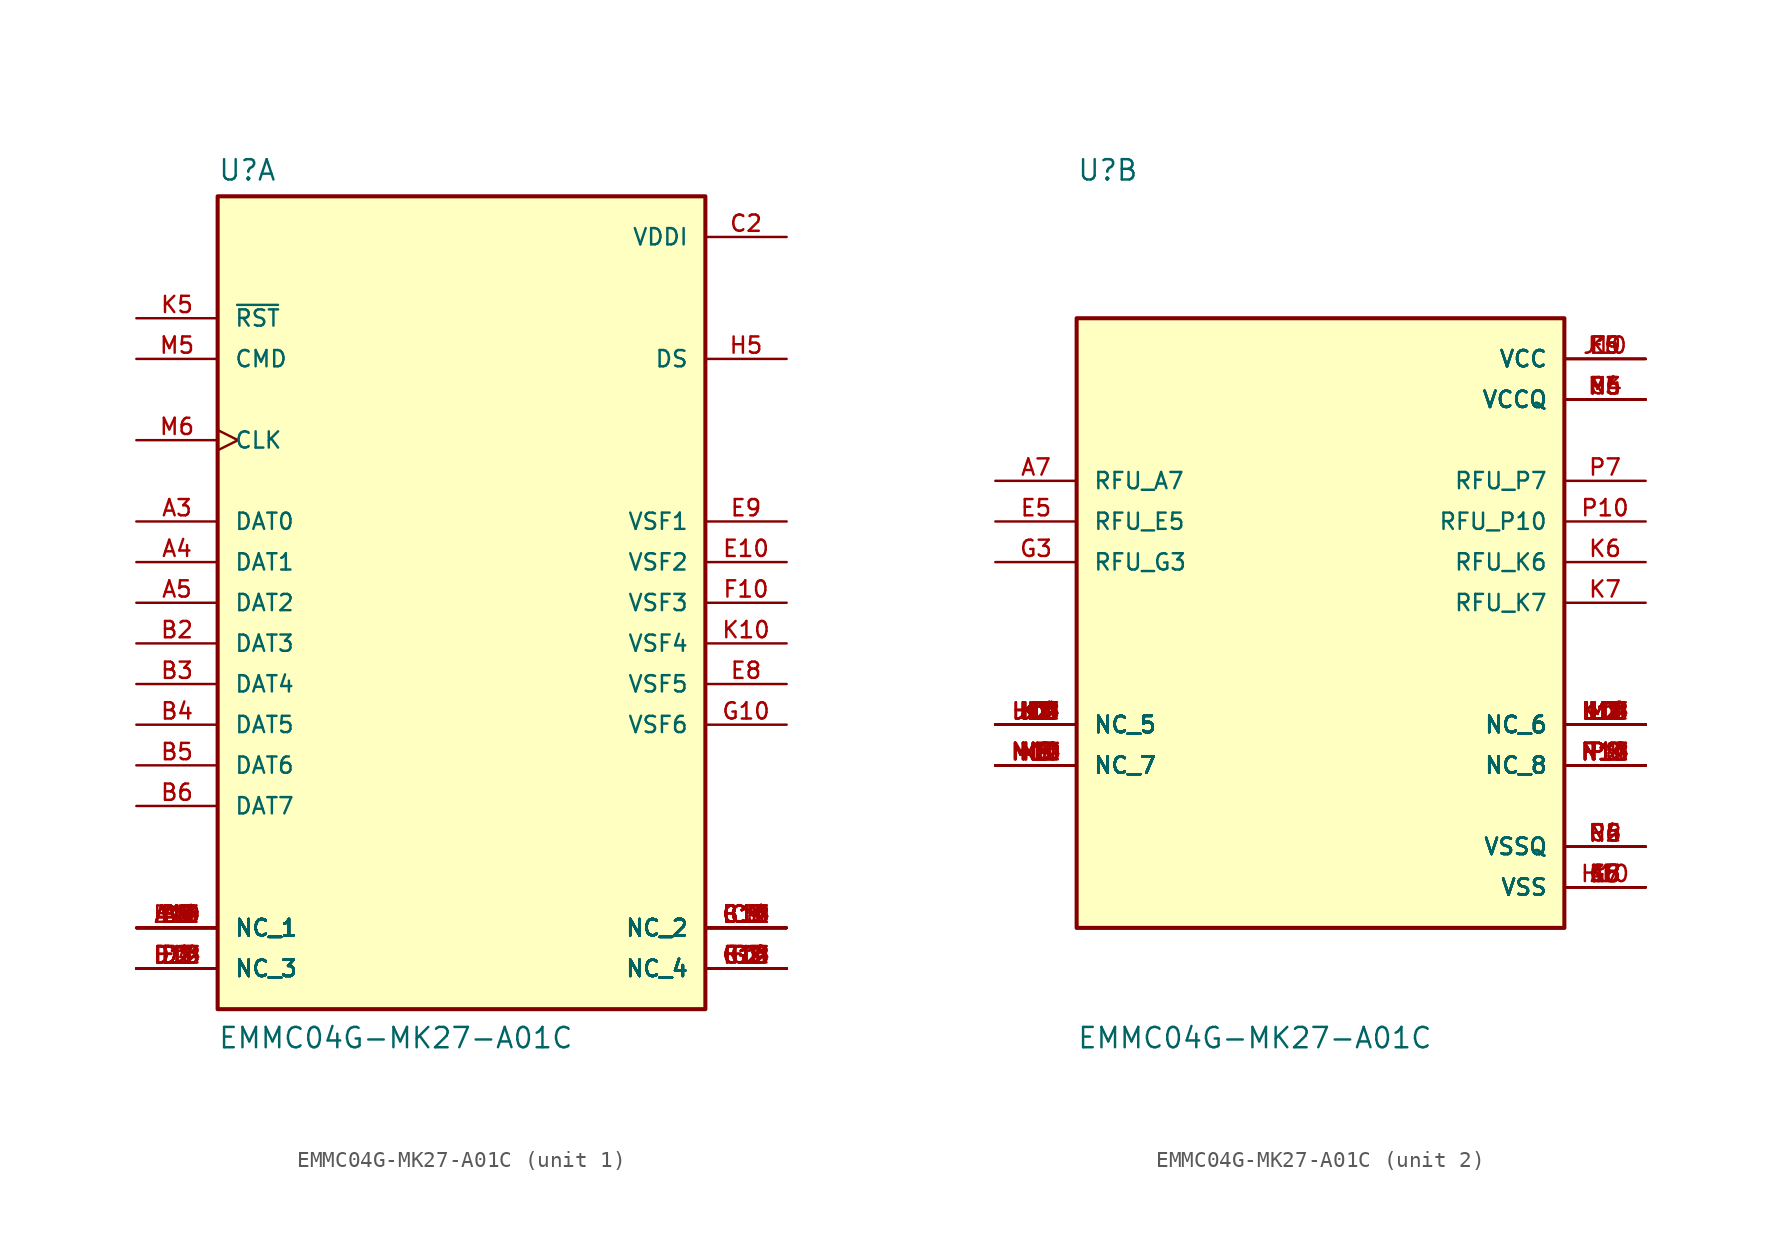
<source format=kicad_sym>
(kicad_symbol_lib
  (version 20211014)
  (generator kicad_symbol_editor)
  (symbol "EMMC04G-MK27-A01C"
    (pin_names
      (offset 1.016))
    (property "Reference" "U"
      (at -15.24 26.289 0)
      (effects (font (size 1.27 1.27)) (justify bottom left)))
    (property "Value" "EMMC04G-MK27-A01C"
      (at -15.24 -27.94 0)
      (effects (font (size 1.27 1.27)) (justify bottom left)))
    (symbol "EMMC04G-MK27-A01C_1_0"
      (rectangle (start -15.24 -25.4) (end 15.24 25.4) (stroke (width 0.254)) (fill (type background)))
      (pin bidirectional line (at -20.32 5.08 0) (length 5.08) (name "DAT0" (effects (font (size 1.016 1.016)))) (number "A3" (effects (font (size 1.016 1.016)))))
      (pin bidirectional line (at -20.32 2.54 0) (length 5.08) (name "DAT1" (effects (font (size 1.016 1.016)))) (number "A4" (effects (font (size 1.016 1.016)))))
      (pin bidirectional line (at -20.32 0.0 0) (length 5.08) (name "DAT2" (effects (font (size 1.016 1.016)))) (number "A5" (effects (font (size 1.016 1.016)))))
      (pin bidirectional line (at -20.32 -2.54 0) (length 5.08) (name "DAT3" (effects (font (size 1.016 1.016)))) (number "B2" (effects (font (size 1.016 1.016)))))
      (pin bidirectional line (at -20.32 -5.08 0) (length 5.08) (name "DAT4" (effects (font (size 1.016 1.016)))) (number "B3" (effects (font (size 1.016 1.016)))))
      (pin bidirectional line (at -20.32 -7.62 0) (length 5.08) (name "DAT5" (effects (font (size 1.016 1.016)))) (number "B4" (effects (font (size 1.016 1.016)))))
      (pin bidirectional line (at -20.32 -10.16 0) (length 5.08) (name "DAT6" (effects (font (size 1.016 1.016)))) (number "B5" (effects (font (size 1.016 1.016)))))
      (pin bidirectional line (at -20.32 -12.7 0) (length 5.08) (name "DAT7" (effects (font (size 1.016 1.016)))) (number "B6" (effects (font (size 1.016 1.016)))))
      (pin bidirectional line (at -20.32 15.24 0) (length 5.08) (name "CMD" (effects (font (size 1.016 1.016)))) (number "M5" (effects (font (size 1.016 1.016)))))
      (pin input clock (at -20.32 10.16 0) (length 5.08) (name "CLK" (effects (font (size 1.016 1.016)))) (number "M6" (effects (font (size 1.016 1.016)))))
      (pin input line (at -20.32 17.78 0) (length 5.08) (name "~{RST}" (effects (font (size 1.016 1.016)))) (number "K5" (effects (font (size 1.016 1.016)))))
      (pin bidirectional line (at 20.32 15.24 180.0) (length 5.08) (name "DS" (effects (font (size 1.016 1.016)))) (number "H5" (effects (font (size 1.016 1.016)))))
      (pin bidirectional line (at 20.32 5.08 180.0) (length 5.08) (name "VSF1" (effects (font (size 1.016 1.016)))) (number "E9" (effects (font (size 1.016 1.016)))))
      (pin bidirectional line (at 20.32 2.54 180.0) (length 5.08) (name "VSF2" (effects (font (size 1.016 1.016)))) (number "E10" (effects (font (size 1.016 1.016)))))
      (pin bidirectional line (at 20.32 0.0 180.0) (length 5.08) (name "VSF3" (effects (font (size 1.016 1.016)))) (number "F10" (effects (font (size 1.016 1.016)))))
      (pin bidirectional line (at 20.32 -2.54 180.0) (length 5.08) (name "VSF4" (effects (font (size 1.016 1.016)))) (number "K10" (effects (font (size 1.016 1.016)))))
      (pin passive line (at 20.32 22.86 180.0) (length 5.08) (name "VDDI" (effects (font (size 1.016 1.016)))) (number "C2" (effects (font (size 1.016 1.016)))))
      (pin passive line (at -20.32 -20.32 0) (length 5.08) (name "NC_1" (effects (font (size 1.016 1.016)))) (number "A1" (effects (font (size 1.016 1.016)))))
      (pin passive line (at -20.32 -20.32 0) (length 5.08) (name "NC_1" (effects (font (size 1.016 1.016)))) (number "A2" (effects (font (size 1.016 1.016)))))
      (pin passive line (at -20.32 -20.32 0) (length 5.08) (name "NC_1" (effects (font (size 1.016 1.016)))) (number "A8" (effects (font (size 1.016 1.016)))))
      (pin passive line (at -20.32 -20.32 0) (length 5.08) (name "NC_1" (effects (font (size 1.016 1.016)))) (number "A9" (effects (font (size 1.016 1.016)))))
      (pin passive line (at -20.32 -20.32 0) (length 5.08) (name "NC_1" (effects (font (size 1.016 1.016)))) (number "A10" (effects (font (size 1.016 1.016)))))
      (pin passive line (at -20.32 -20.32 0) (length 5.08) (name "NC_1" (effects (font (size 1.016 1.016)))) (number "A11" (effects (font (size 1.016 1.016)))))
      (pin passive line (at -20.32 -20.32 0) (length 5.08) (name "NC_1" (effects (font (size 1.016 1.016)))) (number "A12" (effects (font (size 1.016 1.016)))))
      (pin passive line (at -20.32 -20.32 0) (length 5.08) (name "NC_1" (effects (font (size 1.016 1.016)))) (number "A13" (effects (font (size 1.016 1.016)))))
      (pin passive line (at -20.32 -20.32 0) (length 5.08) (name "NC_1" (effects (font (size 1.016 1.016)))) (number "A14" (effects (font (size 1.016 1.016)))))
      (pin passive line (at -20.32 -20.32 0) (length 5.08) (name "NC_1" (effects (font (size 1.016 1.016)))) (number "B1" (effects (font (size 1.016 1.016)))))
      (pin passive line (at -20.32 -20.32 0) (length 5.08) (name "NC_1" (effects (font (size 1.016 1.016)))) (number "B7" (effects (font (size 1.016 1.016)))))
      (pin passive line (at -20.32 -20.32 0) (length 5.08) (name "NC_1" (effects (font (size 1.016 1.016)))) (number "B8" (effects (font (size 1.016 1.016)))))
      (pin passive line (at -20.32 -20.32 0) (length 5.08) (name "NC_1" (effects (font (size 1.016 1.016)))) (number "B9" (effects (font (size 1.016 1.016)))))
      (pin passive line (at -20.32 -20.32 0) (length 5.08) (name "NC_1" (effects (font (size 1.016 1.016)))) (number "B10" (effects (font (size 1.016 1.016)))))
      (pin passive line (at 20.32 -20.32 180.0) (length 5.08) (name "NC_2" (effects (font (size 1.016 1.016)))) (number "B11" (effects (font (size 1.016 1.016)))))
      (pin passive line (at 20.32 -20.32 180.0) (length 5.08) (name "NC_2" (effects (font (size 1.016 1.016)))) (number "B12" (effects (font (size 1.016 1.016)))))
      (pin passive line (at 20.32 -20.32 180.0) (length 5.08) (name "NC_2" (effects (font (size 1.016 1.016)))) (number "B13" (effects (font (size 1.016 1.016)))))
      (pin passive line (at 20.32 -20.32 180.0) (length 5.08) (name "NC_2" (effects (font (size 1.016 1.016)))) (number "B14" (effects (font (size 1.016 1.016)))))
      (pin passive line (at 20.32 -20.32 180.0) (length 5.08) (name "NC_2" (effects (font (size 1.016 1.016)))) (number "C1" (effects (font (size 1.016 1.016)))))
      (pin passive line (at 20.32 -20.32 180.0) (length 5.08) (name "NC_2" (effects (font (size 1.016 1.016)))) (number "C3" (effects (font (size 1.016 1.016)))))
      (pin passive line (at 20.32 -20.32 180.0) (length 5.08) (name "NC_2" (effects (font (size 1.016 1.016)))) (number "C5" (effects (font (size 1.016 1.016)))))
      (pin passive line (at 20.32 -20.32 180.0) (length 5.08) (name "NC_2" (effects (font (size 1.016 1.016)))) (number "C7" (effects (font (size 1.016 1.016)))))
      (pin passive line (at 20.32 -20.32 180.0) (length 5.08) (name "NC_2" (effects (font (size 1.016 1.016)))) (number "C8" (effects (font (size 1.016 1.016)))))
      (pin passive line (at 20.32 -20.32 180.0) (length 5.08) (name "NC_2" (effects (font (size 1.016 1.016)))) (number "C9" (effects (font (size 1.016 1.016)))))
      (pin passive line (at 20.32 -20.32 180.0) (length 5.08) (name "NC_2" (effects (font (size 1.016 1.016)))) (number "C10" (effects (font (size 1.016 1.016)))))
      (pin passive line (at 20.32 -20.32 180.0) (length 5.08) (name "NC_2" (effects (font (size 1.016 1.016)))) (number "C11" (effects (font (size 1.016 1.016)))))
      (pin passive line (at 20.32 -20.32 180.0) (length 5.08) (name "NC_2" (effects (font (size 1.016 1.016)))) (number "C12" (effects (font (size 1.016 1.016)))))
      (pin passive line (at 20.32 -20.32 180.0) (length 5.08) (name "NC_2" (effects (font (size 1.016 1.016)))) (number "C13" (effects (font (size 1.016 1.016)))))
      (pin passive line (at 20.32 -20.32 180.0) (length 5.08) (name "NC_2" (effects (font (size 1.016 1.016)))) (number "C14" (effects (font (size 1.016 1.016)))))
      (pin passive line (at -20.32 -22.86 0) (length 5.08) (name "NC_3" (effects (font (size 1.016 1.016)))) (number "D1" (effects (font (size 1.016 1.016)))))
      (pin passive line (at -20.32 -22.86 0) (length 5.08) (name "NC_3" (effects (font (size 1.016 1.016)))) (number "D2" (effects (font (size 1.016 1.016)))))
      (pin passive line (at -20.32 -22.86 0) (length 5.08) (name "NC_3" (effects (font (size 1.016 1.016)))) (number "D3" (effects (font (size 1.016 1.016)))))
      (pin passive line (at -20.32 -22.86 0) (length 5.08) (name "NC_3" (effects (font (size 1.016 1.016)))) (number "D4" (effects (font (size 1.016 1.016)))))
      (pin passive line (at -20.32 -22.86 0) (length 5.08) (name "NC_3" (effects (font (size 1.016 1.016)))) (number "D12" (effects (font (size 1.016 1.016)))))
      (pin passive line (at -20.32 -22.86 0) (length 5.08) (name "NC_3" (effects (font (size 1.016 1.016)))) (number "D13" (effects (font (size 1.016 1.016)))))
      (pin passive line (at -20.32 -22.86 0) (length 5.08) (name "NC_3" (effects (font (size 1.016 1.016)))) (number "D14" (effects (font (size 1.016 1.016)))))
      (pin passive line (at -20.32 -22.86 0) (length 5.08) (name "NC_3" (effects (font (size 1.016 1.016)))) (number "E1" (effects (font (size 1.016 1.016)))))
      (pin passive line (at -20.32 -22.86 0) (length 5.08) (name "NC_3" (effects (font (size 1.016 1.016)))) (number "E2" (effects (font (size 1.016 1.016)))))
      (pin passive line (at -20.32 -22.86 0) (length 5.08) (name "NC_3" (effects (font (size 1.016 1.016)))) (number "E3" (effects (font (size 1.016 1.016)))))
      (pin passive line (at -20.32 -22.86 0) (length 5.08) (name "NC_3" (effects (font (size 1.016 1.016)))) (number "E12" (effects (font (size 1.016 1.016)))))
      (pin passive line (at -20.32 -22.86 0) (length 5.08) (name "NC_3" (effects (font (size 1.016 1.016)))) (number "E13" (effects (font (size 1.016 1.016)))))
      (pin passive line (at 20.32 -22.86 180.0) (length 5.08) (name "NC_4" (effects (font (size 1.016 1.016)))) (number "E14" (effects (font (size 1.016 1.016)))))
      (pin passive line (at 20.32 -22.86 180.0) (length 5.08) (name "NC_4" (effects (font (size 1.016 1.016)))) (number "F1" (effects (font (size 1.016 1.016)))))
      (pin passive line (at 20.32 -22.86 180.0) (length 5.08) (name "NC_4" (effects (font (size 1.016 1.016)))) (number "F2" (effects (font (size 1.016 1.016)))))
      (pin passive line (at 20.32 -22.86 180.0) (length 5.08) (name "NC_4" (effects (font (size 1.016 1.016)))) (number "F3" (effects (font (size 1.016 1.016)))))
      (pin passive line (at 20.32 -22.86 180.0) (length 5.08) (name "NC_4" (effects (font (size 1.016 1.016)))) (number "F12" (effects (font (size 1.016 1.016)))))
      (pin passive line (at 20.32 -22.86 180.0) (length 5.08) (name "NC_4" (effects (font (size 1.016 1.016)))) (number "F13" (effects (font (size 1.016 1.016)))))
      (pin passive line (at 20.32 -22.86 180.0) (length 5.08) (name "NC_4" (effects (font (size 1.016 1.016)))) (number "F14" (effects (font (size 1.016 1.016)))))
      (pin passive line (at 20.32 -22.86 180.0) (length 5.08) (name "NC_4" (effects (font (size 1.016 1.016)))) (number "G1" (effects (font (size 1.016 1.016)))))
      (pin passive line (at 20.32 -22.86 180.0) (length 5.08) (name "NC_4" (effects (font (size 1.016 1.016)))) (number "G2" (effects (font (size 1.016 1.016)))))
      (pin passive line (at 20.32 -22.86 180.0) (length 5.08) (name "NC_4" (effects (font (size 1.016 1.016)))) (number "G12" (effects (font (size 1.016 1.016)))))
      (pin passive line (at 20.32 -22.86 180.0) (length 5.08) (name "NC_4" (effects (font (size 1.016 1.016)))) (number "G13" (effects (font (size 1.016 1.016)))))
      (pin passive line (at 20.32 -22.86 180.0) (length 5.08) (name "NC_4" (effects (font (size 1.016 1.016)))) (number "G14" (effects (font (size 1.016 1.016)))))
      (pin bidirectional line (at 20.32 -5.08 180.0) (length 5.08) (name "VSF5" (effects (font (size 1.016 1.016)))) (number "E8" (effects (font (size 1.016 1.016)))))
      (pin bidirectional line (at 20.32 -7.62 180.0) (length 5.08) (name "VSF6" (effects (font (size 1.016 1.016)))) (number "G10" (effects (font (size 1.016 1.016))))))
    (symbol "EMMC04G-MK27-A01C_2_0"
      (rectangle (start -15.24 -20.32) (end 15.24 17.78) (stroke (width 0.254)) (fill (type background)))
      (pin power_in line (at 20.32 15.24 180.0) (length 5.08) (name "VCC" (effects (font (size 1.016 1.016)))) (number "E6" (effects (font (size 1.016 1.016)))))
      (pin power_in line (at 20.32 15.24 180.0) (length 5.08) (name "VCC" (effects (font (size 1.016 1.016)))) (number "F5" (effects (font (size 1.016 1.016)))))
      (pin power_in line (at 20.32 15.24 180.0) (length 5.08) (name "VCC" (effects (font (size 1.016 1.016)))) (number "J10" (effects (font (size 1.016 1.016)))))
      (pin power_in line (at 20.32 15.24 180.0) (length 5.08) (name "VCC" (effects (font (size 1.016 1.016)))) (number "K9" (effects (font (size 1.016 1.016)))))
      (pin power_in line (at 20.32 12.7 180.0) (length 5.08) (name "VCCQ" (effects (font (size 1.016 1.016)))) (number "C6" (effects (font (size 1.016 1.016)))))
      (pin power_in line (at 20.32 12.7 180.0) (length 5.08) (name "VCCQ" (effects (font (size 1.016 1.016)))) (number "M4" (effects (font (size 1.016 1.016)))))
      (pin power_in line (at 20.32 12.7 180.0) (length 5.08) (name "VCCQ" (effects (font (size 1.016 1.016)))) (number "N4" (effects (font (size 1.016 1.016)))))
      (pin power_in line (at 20.32 12.7 180.0) (length 5.08) (name "VCCQ" (effects (font (size 1.016 1.016)))) (number "P3" (effects (font (size 1.016 1.016)))))
      (pin power_in line (at 20.32 12.7 180.0) (length 5.08) (name "VCCQ" (effects (font (size 1.016 1.016)))) (number "P5" (effects (font (size 1.016 1.016)))))
      (pin power_in line (at 20.32 -17.78 180.0) (length 5.08) (name "VSS" (effects (font (size 1.016 1.016)))) (number "A6" (effects (font (size 1.016 1.016)))))
      (pin power_in line (at 20.32 -17.78 180.0) (length 5.08) (name "VSS" (effects (font (size 1.016 1.016)))) (number "E7" (effects (font (size 1.016 1.016)))))
      (pin power_in line (at 20.32 -17.78 180.0) (length 5.08) (name "VSS" (effects (font (size 1.016 1.016)))) (number "G5" (effects (font (size 1.016 1.016)))))
      (pin power_in line (at 20.32 -17.78 180.0) (length 5.08) (name "VSS" (effects (font (size 1.016 1.016)))) (number "H10" (effects (font (size 1.016 1.016)))))
      (pin power_in line (at 20.32 -17.78 180.0) (length 5.08) (name "VSS" (effects (font (size 1.016 1.016)))) (number "J5" (effects (font (size 1.016 1.016)))))
      (pin power_in line (at 20.32 -17.78 180.0) (length 5.08) (name "VSS" (effects (font (size 1.016 1.016)))) (number "K8" (effects (font (size 1.016 1.016)))))
      (pin power_in line (at 20.32 -15.24 180.0) (length 5.08) (name "VSSQ" (effects (font (size 1.016 1.016)))) (number "C4" (effects (font (size 1.016 1.016)))))
      (pin power_in line (at 20.32 -15.24 180.0) (length 5.08) (name "VSSQ" (effects (font (size 1.016 1.016)))) (number "N2" (effects (font (size 1.016 1.016)))))
      (pin power_in line (at 20.32 -15.24 180.0) (length 5.08) (name "VSSQ" (effects (font (size 1.016 1.016)))) (number "N5" (effects (font (size 1.016 1.016)))))
      (pin power_in line (at 20.32 -15.24 180.0) (length 5.08) (name "VSSQ" (effects (font (size 1.016 1.016)))) (number "P4" (effects (font (size 1.016 1.016)))))
      (pin power_in line (at 20.32 -15.24 180.0) (length 5.08) (name "VSSQ" (effects (font (size 1.016 1.016)))) (number "P6" (effects (font (size 1.016 1.016)))))
      (pin passive line (at -20.32 -7.62 0) (length 5.08) (name "NC_5" (effects (font (size 1.016 1.016)))) (number "H1" (effects (font (size 1.016 1.016)))))
      (pin passive line (at -20.32 -7.62 0) (length 5.08) (name "NC_5" (effects (font (size 1.016 1.016)))) (number "H2" (effects (font (size 1.016 1.016)))))
      (pin passive line (at -20.32 -7.62 0) (length 5.08) (name "NC_5" (effects (font (size 1.016 1.016)))) (number "H3" (effects (font (size 1.016 1.016)))))
      (pin passive line (at -20.32 -7.62 0) (length 5.08) (name "NC_5" (effects (font (size 1.016 1.016)))) (number "H12" (effects (font (size 1.016 1.016)))))
      (pin passive line (at -20.32 -7.62 0) (length 5.08) (name "NC_5" (effects (font (size 1.016 1.016)))) (number "H13" (effects (font (size 1.016 1.016)))))
      (pin passive line (at -20.32 -7.62 0) (length 5.08) (name "NC_5" (effects (font (size 1.016 1.016)))) (number "H14" (effects (font (size 1.016 1.016)))))
      (pin passive line (at -20.32 -7.62 0) (length 5.08) (name "NC_5" (effects (font (size 1.016 1.016)))) (number "J1" (effects (font (size 1.016 1.016)))))
      (pin passive line (at -20.32 -7.62 0) (length 5.08) (name "NC_5" (effects (font (size 1.016 1.016)))) (number "J2" (effects (font (size 1.016 1.016)))))
      (pin passive line (at -20.32 -7.62 0) (length 5.08) (name "NC_5" (effects (font (size 1.016 1.016)))) (number "J3" (effects (font (size 1.016 1.016)))))
      (pin passive line (at -20.32 -7.62 0) (length 5.08) (name "NC_5" (effects (font (size 1.016 1.016)))) (number "J12" (effects (font (size 1.016 1.016)))))
      (pin passive line (at -20.32 -7.62 0) (length 5.08) (name "NC_5" (effects (font (size 1.016 1.016)))) (number "J13" (effects (font (size 1.016 1.016)))))
      (pin passive line (at -20.32 -7.62 0) (length 5.08) (name "NC_5" (effects (font (size 1.016 1.016)))) (number "J14" (effects (font (size 1.016 1.016)))))
      (pin passive line (at -20.32 -7.62 0) (length 5.08) (name "NC_5" (effects (font (size 1.016 1.016)))) (number "K1" (effects (font (size 1.016 1.016)))))
      (pin passive line (at -20.32 -7.62 0) (length 5.08) (name "NC_5" (effects (font (size 1.016 1.016)))) (number "K2" (effects (font (size 1.016 1.016)))))
      (pin passive line (at -20.32 -7.62 0) (length 5.08) (name "NC_5" (effects (font (size 1.016 1.016)))) (number "K3" (effects (font (size 1.016 1.016)))))
      (pin passive line (at 20.32 -7.62 180.0) (length 5.08) (name "NC_6" (effects (font (size 1.016 1.016)))) (number "K12" (effects (font (size 1.016 1.016)))))
      (pin passive line (at 20.32 -7.62 180.0) (length 5.08) (name "NC_6" (effects (font (size 1.016 1.016)))) (number "K13" (effects (font (size 1.016 1.016)))))
      (pin passive line (at 20.32 -7.62 180.0) (length 5.08) (name "NC_6" (effects (font (size 1.016 1.016)))) (number "K14" (effects (font (size 1.016 1.016)))))
      (pin passive line (at 20.32 -7.62 180.0) (length 5.08) (name "NC_6" (effects (font (size 1.016 1.016)))) (number "L1" (effects (font (size 1.016 1.016)))))
      (pin passive line (at 20.32 -7.62 180.0) (length 5.08) (name "NC_6" (effects (font (size 1.016 1.016)))) (number "L2" (effects (font (size 1.016 1.016)))))
      (pin passive line (at 20.32 -7.62 180.0) (length 5.08) (name "NC_6" (effects (font (size 1.016 1.016)))) (number "L3" (effects (font (size 1.016 1.016)))))
      (pin passive line (at 20.32 -7.62 180.0) (length 5.08) (name "NC_6" (effects (font (size 1.016 1.016)))) (number "L12" (effects (font (size 1.016 1.016)))))
      (pin passive line (at 20.32 -7.62 180.0) (length 5.08) (name "NC_6" (effects (font (size 1.016 1.016)))) (number "L13" (effects (font (size 1.016 1.016)))))
      (pin passive line (at 20.32 -7.62 180.0) (length 5.08) (name "NC_6" (effects (font (size 1.016 1.016)))) (number "L14" (effects (font (size 1.016 1.016)))))
      (pin passive line (at 20.32 -7.62 180.0) (length 5.08) (name "NC_6" (effects (font (size 1.016 1.016)))) (number "M1" (effects (font (size 1.016 1.016)))))
      (pin passive line (at 20.32 -7.62 180.0) (length 5.08) (name "NC_6" (effects (font (size 1.016 1.016)))) (number "M2" (effects (font (size 1.016 1.016)))))
      (pin passive line (at 20.32 -7.62 180.0) (length 5.08) (name "NC_6" (effects (font (size 1.016 1.016)))) (number "M3" (effects (font (size 1.016 1.016)))))
      (pin passive line (at 20.32 -7.62 180.0) (length 5.08) (name "NC_6" (effects (font (size 1.016 1.016)))) (number "M7" (effects (font (size 1.016 1.016)))))
      (pin passive line (at -20.32 -10.16 0) (length 5.08) (name "NC_7" (effects (font (size 1.016 1.016)))) (number "M8" (effects (font (size 1.016 1.016)))))
      (pin passive line (at -20.32 -10.16 0) (length 5.08) (name "NC_7" (effects (font (size 1.016 1.016)))) (number "M9" (effects (font (size 1.016 1.016)))))
      (pin passive line (at -20.32 -10.16 0) (length 5.08) (name "NC_7" (effects (font (size 1.016 1.016)))) (number "M10" (effects (font (size 1.016 1.016)))))
      (pin passive line (at -20.32 -10.16 0) (length 5.08) (name "NC_7" (effects (font (size 1.016 1.016)))) (number "M11" (effects (font (size 1.016 1.016)))))
      (pin passive line (at -20.32 -10.16 0) (length 5.08) (name "NC_7" (effects (font (size 1.016 1.016)))) (number "M12" (effects (font (size 1.016 1.016)))))
      (pin passive line (at -20.32 -10.16 0) (length 5.08) (name "NC_7" (effects (font (size 1.016 1.016)))) (number "M13" (effects (font (size 1.016 1.016)))))
      (pin passive line (at -20.32 -10.16 0) (length 5.08) (name "NC_7" (effects (font (size 1.016 1.016)))) (number "M14" (effects (font (size 1.016 1.016)))))
      (pin passive line (at -20.32 -10.16 0) (length 5.08) (name "NC_7" (effects (font (size 1.016 1.016)))) (number "N1" (effects (font (size 1.016 1.016)))))
      (pin passive line (at -20.32 -10.16 0) (length 5.08) (name "NC_7" (effects (font (size 1.016 1.016)))) (number "N3" (effects (font (size 1.016 1.016)))))
      (pin passive line (at -20.32 -10.16 0) (length 5.08) (name "NC_7" (effects (font (size 1.016 1.016)))) (number "N6" (effects (font (size 1.016 1.016)))))
      (pin passive line (at -20.32 -10.16 0) (length 5.08) (name "NC_7" (effects (font (size 1.016 1.016)))) (number "N7" (effects (font (size 1.016 1.016)))))
      (pin passive line (at -20.32 -10.16 0) (length 5.08) (name "NC_7" (effects (font (size 1.016 1.016)))) (number "N8" (effects (font (size 1.016 1.016)))))
      (pin passive line (at -20.32 -10.16 0) (length 5.08) (name "NC_7" (effects (font (size 1.016 1.016)))) (number "N9" (effects (font (size 1.016 1.016)))))
      (pin passive line (at -20.32 -10.16 0) (length 5.08) (name "NC_7" (effects (font (size 1.016 1.016)))) (number "N10" (effects (font (size 1.016 1.016)))))
      (pin passive line (at 20.32 -10.16 180.0) (length 5.08) (name "NC_8" (effects (font (size 1.016 1.016)))) (number "N11" (effects (font (size 1.016 1.016)))))
      (pin passive line (at 20.32 -10.16 180.0) (length 5.08) (name "NC_8" (effects (font (size 1.016 1.016)))) (number "N12" (effects (font (size 1.016 1.016)))))
      (pin passive line (at 20.32 -10.16 180.0) (length 5.08) (name "NC_8" (effects (font (size 1.016 1.016)))) (number "N13" (effects (font (size 1.016 1.016)))))
      (pin passive line (at 20.32 -10.16 180.0) (length 5.08) (name "NC_8" (effects (font (size 1.016 1.016)))) (number "N14" (effects (font (size 1.016 1.016)))))
      (pin passive line (at 20.32 -10.16 180.0) (length 5.08) (name "NC_8" (effects (font (size 1.016 1.016)))) (number "P1" (effects (font (size 1.016 1.016)))))
      (pin passive line (at 20.32 -10.16 180.0) (length 5.08) (name "NC_8" (effects (font (size 1.016 1.016)))) (number "P2" (effects (font (size 1.016 1.016)))))
      (pin passive line (at 20.32 -10.16 180.0) (length 5.08) (name "NC_8" (effects (font (size 1.016 1.016)))) (number "P8" (effects (font (size 1.016 1.016)))))
      (pin passive line (at 20.32 -10.16 180.0) (length 5.08) (name "NC_8" (effects (font (size 1.016 1.016)))) (number "P9" (effects (font (size 1.016 1.016)))))
      (pin passive line (at 20.32 -10.16 180.0) (length 5.08) (name "NC_8" (effects (font (size 1.016 1.016)))) (number "P11" (effects (font (size 1.016 1.016)))))
      (pin passive line (at 20.32 -10.16 180.0) (length 5.08) (name "NC_8" (effects (font (size 1.016 1.016)))) (number "P12" (effects (font (size 1.016 1.016)))))
      (pin passive line (at 20.32 -10.16 180.0) (length 5.08) (name "NC_8" (effects (font (size 1.016 1.016)))) (number "P13" (effects (font (size 1.016 1.016)))))
      (pin passive line (at 20.32 -10.16 180.0) (length 5.08) (name "NC_8" (effects (font (size 1.016 1.016)))) (number "P14" (effects (font (size 1.016 1.016)))))
      (pin passive line (at -20.32 7.62 0) (length 5.08) (name "RFU_A7" (effects (font (size 1.016 1.016)))) (number "A7" (effects (font (size 1.016 1.016)))))
      (pin passive line (at -20.32 5.08 0) (length 5.08) (name "RFU_E5" (effects (font (size 1.016 1.016)))) (number "E5" (effects (font (size 1.016 1.016)))))
      (pin passive line (at -20.32 2.54 0) (length 5.08) (name "RFU_G3" (effects (font (size 1.016 1.016)))) (number "G3" (effects (font (size 1.016 1.016)))))
      (pin passive line (at 20.32 2.54 180.0) (length 5.08) (name "RFU_K6" (effects (font (size 1.016 1.016)))) (number "K6" (effects (font (size 1.016 1.016)))))
      (pin passive line (at 20.32 7.62 180.0) (length 5.08) (name "RFU_P7" (effects (font (size 1.016 1.016)))) (number "P7" (effects (font (size 1.016 1.016)))))
      (pin passive line (at 20.32 0.0 180.0) (length 5.08) (name "RFU_K7" (effects (font (size 1.016 1.016)))) (number "K7" (effects (font (size 1.016 1.016)))))
      (pin passive line (at 20.32 5.08 180.0) (length 5.08) (name "RFU_P10" (effects (font (size 1.016 1.016)))) (number "P10" (effects (font (size 1.016 1.016))))))))
</source>
